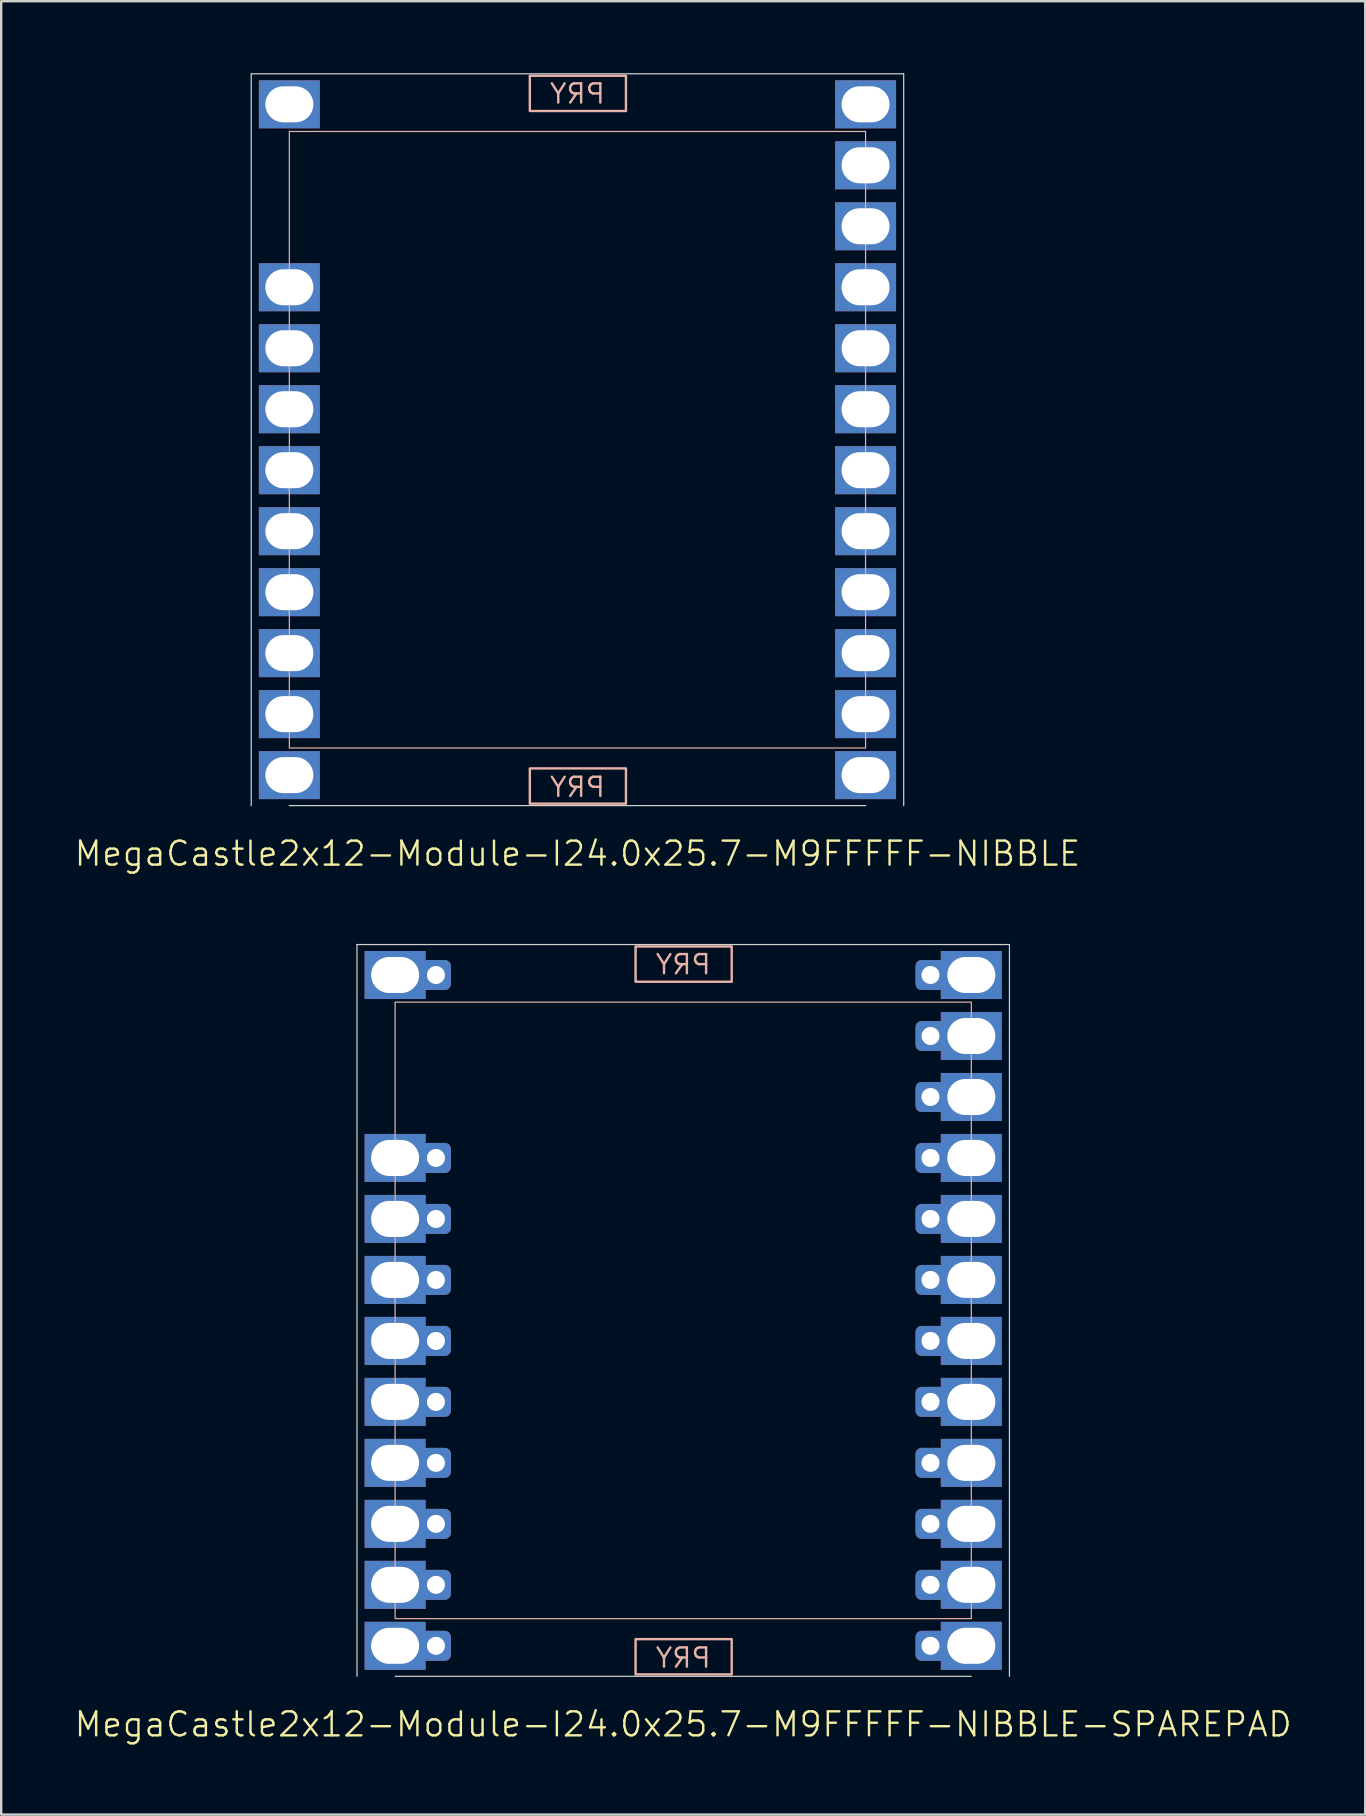
<source format=kicad_pcb>
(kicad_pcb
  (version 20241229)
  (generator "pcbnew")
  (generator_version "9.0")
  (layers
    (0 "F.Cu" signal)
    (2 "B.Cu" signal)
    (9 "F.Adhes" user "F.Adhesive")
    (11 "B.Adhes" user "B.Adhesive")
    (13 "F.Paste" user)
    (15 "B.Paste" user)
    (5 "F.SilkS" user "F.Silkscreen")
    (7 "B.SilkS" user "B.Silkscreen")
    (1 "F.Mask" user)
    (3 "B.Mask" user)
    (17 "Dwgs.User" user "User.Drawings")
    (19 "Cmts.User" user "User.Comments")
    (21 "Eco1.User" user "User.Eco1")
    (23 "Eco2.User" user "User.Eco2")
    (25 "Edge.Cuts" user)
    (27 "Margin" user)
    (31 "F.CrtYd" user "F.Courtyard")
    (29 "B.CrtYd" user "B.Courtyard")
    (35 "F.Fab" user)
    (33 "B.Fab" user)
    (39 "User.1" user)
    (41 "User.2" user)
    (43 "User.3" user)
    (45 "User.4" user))
  (footprint "MegaCastle2x12-Module-I24.0x25.7-M9FFFFF-NIBBLE-SPAREPAD"
    (layer "F.Cu")
    (at 25.407 51.531)
    (property "Reference" "MegaCastle2x12-Module-I24.0x25.7-M9FFFFF-NIBBLE-SPAREPAD" (at 0 17.24 0) (unlocked yes) (layer "F.SilkS") (effects (font (size 1 1) (thickness 0.1))))
    (attr smd)
    (fp_rect (start -12 12.84) (end 12 -12.84) (stroke (width 0.05) (type default)) (fill no) (layer "B.SilkS"))
    (fp_rect (start -1.984 -13.691) (end 2.02 -15.16) (stroke (width 0.1) (type default)) (fill no) (layer "B.SilkS"))
    (fp_rect (start -1.984 13.691) (end 2.02 15.16) (stroke (width 0.1) (type default)) (fill no) (layer "B.SilkS"))
    (fp_line (start -13.588 -15.24) (end -13.588 15.24) (stroke (width 0.05) (type default)) (layer "Edge.Cuts"))
    (fp_line (start -13.588 -15.24) (end 13.588 -15.24) (stroke (width 0.05) (type default)) (layer "Edge.Cuts"))
    (fp_line (start -12 15.24) (end 12 15.24) (stroke (width 0.05) (type default)) (layer "Edge.Cuts"))
    (fp_line (start 13.588 -15.24) (end 13.588 15.24) (stroke (width 0.05) (type default)) (layer "Edge.Cuts"))
    (fp_text user "PRY" (at 0 -13.94 0) (unlocked yes) (layer "B.SilkS") (effects (font (size 0.8 0.8) (thickness 0.1)) (justify bottom mirror)))
    (fp_text user "PRY" (at 0 14.94 0) (unlocked yes) (layer "B.SilkS") (effects (font (size 0.8 0.8) (thickness 0.1)) (justify bottom mirror)))
    (pad "1" thru_hole rect (at -12 -13.97) (size 2.54 2) (drill oval 2 1.5) (property pad_prop_castellated) (layers "*.Cu" "*.Mask"))
    (pad "1" thru_hole roundrect (at -10.3 -13.97 180) (size 1.25 1.25) (drill 0.75) (layers "*.Cu" "*.Mask") (roundrect_rratio 0.2))
    (pad "4" thru_hole rect (at -12 -6.35) (size 2.54 2) (drill oval 2 1.5) (property pad_prop_castellated) (layers "*.Cu" "*.Mask"))
    (pad "4" thru_hole roundrect (at -10.3 -6.35 180) (size 1.25 1.25) (drill 0.75) (layers "*.Cu" "*.Mask") (roundrect_rratio 0.2))
    (pad "5" thru_hole rect (at -12 -3.81) (size 2.54 2) (drill oval 2 1.5) (property pad_prop_castellated) (layers "*.Cu" "*.Mask"))
    (pad "5" thru_hole roundrect (at -10.3 -3.81 180) (size 1.25 1.25) (drill 0.75) (layers "*.Cu" "*.Mask") (roundrect_rratio 0.2))
    (pad "6" thru_hole rect (at -12 -1.27) (size 2.54 2) (drill oval 2 1.5) (property pad_prop_castellated) (layers "*.Cu" "*.Mask"))
    (pad "6" thru_hole roundrect (at -10.3 -1.27 180) (size 1.25 1.25) (drill 0.75) (layers "*.Cu" "*.Mask") (roundrect_rratio 0.2))
    (pad "7" thru_hole rect (at -12 1.27) (size 2.54 2) (drill oval 2 1.5) (property pad_prop_castellated) (layers "*.Cu" "*.Mask"))
    (pad "7" thru_hole roundrect (at -10.3 1.27 180) (size 1.25 1.25) (drill 0.75) (layers "*.Cu" "*.Mask") (roundrect_rratio 0.2))
    (pad "8" thru_hole rect (at -12 3.81) (size 2.54 2) (drill oval 2 1.5) (property pad_prop_castellated) (layers "*.Cu" "*.Mask"))
    (pad "8" thru_hole roundrect (at -10.3 3.81 180) (size 1.25 1.25) (drill 0.75) (layers "*.Cu" "*.Mask") (roundrect_rratio 0.2))
    (pad "9" thru_hole rect (at -12 6.35) (size 2.54 2) (drill oval 2 1.5) (property pad_prop_castellated) (layers "*.Cu" "*.Mask"))
    (pad "9" thru_hole roundrect (at -10.3 6.35 180) (size 1.25 1.25) (drill 0.75) (layers "*.Cu" "*.Mask") (roundrect_rratio 0.2))
    (pad "10" thru_hole rect (at -12 8.89) (size 2.54 2) (drill oval 2 1.5) (property pad_prop_castellated) (layers "*.Cu" "*.Mask"))
    (pad "10" thru_hole roundrect (at -10.3 8.89 180) (size 1.25 1.25) (drill 0.75) (layers "*.Cu" "*.Mask") (roundrect_rratio 0.2))
    (pad "11" thru_hole rect (at -12 11.43) (size 2.54 2) (drill oval 2 1.5) (property pad_prop_castellated) (layers "*.Cu" "*.Mask"))
    (pad "11" thru_hole roundrect (at -10.3 11.43 180) (size 1.25 1.25) (drill 0.75) (layers "*.Cu" "*.Mask") (roundrect_rratio 0.2))
    (pad "12" thru_hole rect (at -12 13.97) (size 2.54 2) (drill oval 2 1.5) (property pad_prop_castellated) (layers "*.Cu" "*.Mask"))
    (pad "12" thru_hole roundrect (at -10.3 13.97 180) (size 1.25 1.25) (drill 0.75) (layers "*.Cu" "*.Mask") (roundrect_rratio 0.2))
    (pad "13" thru_hole roundrect (at 10.3 -13.97 180) (size 1.25 1.25) (drill 0.75) (layers "*.Cu" "*.Mask") (roundrect_rratio 0.2))
    (pad "13" thru_hole rect (at 12 -13.97) (size 2.54 2) (drill oval 2 1.5) (property pad_prop_castellated) (layers "*.Cu" "*.Mask"))
    (pad "14" thru_hole roundrect (at 10.3 -11.43 180) (size 1.25 1.25) (drill 0.75) (layers "*.Cu" "*.Mask") (roundrect_rratio 0.2))
    (pad "14" thru_hole rect (at 12 -11.43) (size 2.54 2) (drill oval 2 1.5) (property pad_prop_castellated) (layers "*.Cu" "*.Mask"))
    (pad "15" thru_hole roundrect (at 10.3 -8.89 180) (size 1.25 1.25) (drill 0.75) (layers "*.Cu" "*.Mask") (roundrect_rratio 0.2))
    (pad "15" thru_hole rect (at 12 -8.89) (size 2.54 2) (drill oval 2 1.5) (property pad_prop_castellated) (layers "*.Cu" "*.Mask"))
    (pad "16" thru_hole roundrect (at 10.3 -6.35 180) (size 1.25 1.25) (drill 0.75) (layers "*.Cu" "*.Mask") (roundrect_rratio 0.2))
    (pad "16" thru_hole rect (at 12 -6.35) (size 2.54 2) (drill oval 2 1.5) (property pad_prop_castellated) (layers "*.Cu" "*.Mask"))
    (pad "17" thru_hole roundrect (at 10.3 -3.81 180) (size 1.25 1.25) (drill 0.75) (layers "*.Cu" "*.Mask") (roundrect_rratio 0.2))
    (pad "17" thru_hole rect (at 12 -3.81) (size 2.54 2) (drill oval 2 1.5) (property pad_prop_castellated) (layers "*.Cu" "*.Mask"))
    (pad "18" thru_hole roundrect (at 10.3 -1.27 180) (size 1.25 1.25) (drill 0.75) (layers "*.Cu" "*.Mask") (roundrect_rratio 0.2))
    (pad "18" thru_hole rect (at 12 -1.27) (size 2.54 2) (drill oval 2 1.5) (property pad_prop_castellated) (layers "*.Cu" "*.Mask"))
    (pad "19" thru_hole roundrect (at 10.3 1.27 180) (size 1.25 1.25) (drill 0.75) (layers "*.Cu" "*.Mask") (roundrect_rratio 0.2))
    (pad "19" thru_hole rect (at 12 1.27) (size 2.54 2) (drill oval 2 1.5) (property pad_prop_castellated) (layers "*.Cu" "*.Mask"))
    (pad "20" thru_hole roundrect (at 10.3 3.81 180) (size 1.25 1.25) (drill 0.75) (layers "*.Cu" "*.Mask") (roundrect_rratio 0.2))
    (pad "20" thru_hole rect (at 12 3.81) (size 2.54 2) (drill oval 2 1.5) (property pad_prop_castellated) (layers "*.Cu" "*.Mask"))
    (pad "21" thru_hole roundrect (at 10.3 6.35 180) (size 1.25 1.25) (drill 0.75) (layers "*.Cu" "*.Mask") (roundrect_rratio 0.2))
    (pad "21" thru_hole rect (at 12 6.35) (size 2.54 2) (drill oval 2 1.5) (property pad_prop_castellated) (layers "*.Cu" "*.Mask"))
    (pad "22" thru_hole roundrect (at 10.3 8.89 180) (size 1.25 1.25) (drill 0.75) (layers "*.Cu" "*.Mask") (roundrect_rratio 0.2))
    (pad "22" thru_hole rect (at 12 8.89) (size 2.54 2) (drill oval 2 1.5) (property pad_prop_castellated) (layers "*.Cu" "*.Mask"))
    (pad "23" thru_hole roundrect (at 10.3 11.43 180) (size 1.25 1.25) (drill 0.75) (layers "*.Cu" "*.Mask") (roundrect_rratio 0.2))
    (pad "23" thru_hole rect (at 12 11.43) (size 2.54 2) (drill oval 2 1.5) (property pad_prop_castellated) (layers "*.Cu" "*.Mask"))
    (pad "24" thru_hole roundrect (at 10.3 13.97 180) (size 1.25 1.25) (drill 0.75) (layers "*.Cu" "*.Mask") (roundrect_rratio 0.2))
    (pad "24" thru_hole rect (at 12 13.97) (size 2.54 2) (drill oval 2 1.5) (property pad_prop_castellated) (layers "*.Cu" "*.Mask"))
    (zone (net_name "") (layer "B.Cu") (hatch edge 0.5) (connect_pads) (min_thickness 0.25) (filled_areas_thickness no) (keepout (tracks allowed) (vias allowed) (pads allowed) (copperpour allowed) (footprints not_allowed)) (placement (enabled no)) (fill) (polygon (pts (xy 13.407 66.77) (xy 13.407 36.291))))
    (zone (net_name "") (layer "B.Cu") (hatch edge 0.5) (connect_pads) (min_thickness 0.25) (filled_areas_thickness no) (keepout (tracks allowed) (vias allowed) (pads allowed) (copperpour allowed) (footprints not_allowed)) (placement (enabled no)) (fill) (polygon (pts (xy 37.407 66.77) (xy 37.407 36.291))))
    (zone (net_name "") (layer "B.Cu") (hatch edge 0.5) (connect_pads) (min_thickness 0.25) (filled_areas_thickness no) (keepout (tracks allowed) (vias allowed) (pads allowed) (copperpour allowed) (footprints not_allowed)) (placement (enabled no)) (fill) (polygon (pts (xy 13.407 36.291) (xy 13.407 38.691) (xy 37.407 38.691) (xy 37.407 36.291))))
    (zone (net_name "") (layer "B.Cu") (hatch edge 0.5) (connect_pads) (min_thickness 0.25) (filled_areas_thickness no) (keepout (tracks allowed) (vias allowed) (pads allowed) (copperpour allowed) (footprints not_allowed)) (placement (enabled no)) (fill) (polygon (pts (xy 13.407 66.77) (xy 13.407 64.371) (xy 37.407 64.371) (xy 37.407 66.77))))
    (zone (net_name "") (layer "B.Cu") (name "Upper Pry Zone") (hatch edge 0.5) (connect_pads) (min_thickness 0.25) (filled_areas_thickness no) (keepout (tracks not_allowed) (vias not_allowed) (pads not_allowed) (copperpour allowed) (footprints not_allowed)) (placement (enabled no)) (fill) (polygon (pts (xy 23.423 37.839) (xy 23.423 36.37) (xy 27.427 36.37) (xy 27.427 37.839))))
    (zone (net_name "") (layer "B.Cu") (name "Upper Pry Zone") (hatch edge 0.5) (connect_pads) (min_thickness 0.25) (filled_areas_thickness no) (keepout (tracks not_allowed) (vias not_allowed) (pads not_allowed) (copperpour allowed) (footprints not_allowed)) (placement (enabled no)) (fill) (polygon (pts (xy 23.423 65.222) (xy 23.423 66.691) (xy 27.427 66.691) (xy 27.427 65.222)))))
  (footprint "MegaCastle2x12-Module-I24.0x25.7-M9FFFFF-NIBBLE"
    (layer "F.Cu")
    (at 21.002 15.265)
    (property "Reference" "MegaCastle2x12-Module-I24.0x25.7-M9FFFFF-NIBBLE" (at 0 17.24 0) (unlocked yes) (layer "F.SilkS") (effects (font (size 1 1) (thickness 0.1))))
    (attr smd)
    (fp_rect (start -12 12.84) (end 12 -12.84) (stroke (width 0.05) (type default)) (fill no) (layer "B.SilkS"))
    (fp_rect (start -1.984 -13.691) (end 2.02 -15.16) (stroke (width 0.1) (type default)) (fill no) (layer "B.SilkS"))
    (fp_rect (start -1.984 13.691) (end 2.02 15.16) (stroke (width 0.1) (type default)) (fill no) (layer "B.SilkS"))
    (fp_line (start -13.588 -15.24) (end -13.588 15.24) (stroke (width 0.05) (type default)) (layer "Edge.Cuts"))
    (fp_line (start -13.588 -15.24) (end 13.588 -15.24) (stroke (width 0.05) (type default)) (layer "Edge.Cuts"))
    (fp_line (start -12 15.24) (end 12 15.24) (stroke (width 0.05) (type default)) (layer "Edge.Cuts"))
    (fp_line (start 13.588 -15.24) (end 13.588 15.24) (stroke (width 0.05) (type default)) (layer "Edge.Cuts"))
    (fp_text user "PRY" (at 0 -13.94 0) (unlocked yes) (layer "B.SilkS") (effects (font (size 0.8 0.8) (thickness 0.1)) (justify bottom mirror)))
    (fp_text user "PRY" (at 0 14.94 0) (unlocked yes) (layer "B.SilkS") (effects (font (size 0.8 0.8) (thickness 0.1)) (justify bottom mirror)))
    (pad "1" thru_hole rect (at -12 -13.97) (size 2.54 2) (drill oval 2 1.5) (property pad_prop_castellated) (layers "*.Cu" "*.Mask"))
    (pad "4" thru_hole rect (at -12 -6.35) (size 2.54 2) (drill oval 2 1.5) (property pad_prop_castellated) (layers "*.Cu" "*.Mask"))
    (pad "5" thru_hole rect (at -12 -3.81) (size 2.54 2) (drill oval 2 1.5) (property pad_prop_castellated) (layers "*.Cu" "*.Mask"))
    (pad "6" thru_hole rect (at -12 -1.27) (size 2.54 2) (drill oval 2 1.5) (property pad_prop_castellated) (layers "*.Cu" "*.Mask"))
    (pad "7" thru_hole rect (at -12 1.27) (size 2.54 2) (drill oval 2 1.5) (property pad_prop_castellated) (layers "*.Cu" "*.Mask"))
    (pad "8" thru_hole rect (at -12 3.81) (size 2.54 2) (drill oval 2 1.5) (property pad_prop_castellated) (layers "*.Cu" "*.Mask"))
    (pad "9" thru_hole rect (at -12 6.35) (size 2.54 2) (drill oval 2 1.5) (property pad_prop_castellated) (layers "*.Cu" "*.Mask"))
    (pad "10" thru_hole rect (at -12 8.89) (size 2.54 2) (drill oval 2 1.5) (property pad_prop_castellated) (layers "*.Cu" "*.Mask"))
    (pad "11" thru_hole rect (at -12 11.43) (size 2.54 2) (drill oval 2 1.5) (property pad_prop_castellated) (layers "*.Cu" "*.Mask"))
    (pad "12" thru_hole rect (at -12 13.97) (size 2.54 2) (drill oval 2 1.5) (property pad_prop_castellated) (layers "*.Cu" "*.Mask"))
    (pad "13" thru_hole rect (at 12 -13.97) (size 2.54 2) (drill oval 2 1.5) (property pad_prop_castellated) (layers "*.Cu" "*.Mask"))
    (pad "14" thru_hole rect (at 12 -11.43) (size 2.54 2) (drill oval 2 1.5) (property pad_prop_castellated) (layers "*.Cu" "*.Mask"))
    (pad "15" thru_hole rect (at 12 -8.89) (size 2.54 2) (drill oval 2 1.5) (property pad_prop_castellated) (layers "*.Cu" "*.Mask"))
    (pad "16" thru_hole rect (at 12 -6.35) (size 2.54 2) (drill oval 2 1.5) (property pad_prop_castellated) (layers "*.Cu" "*.Mask"))
    (pad "17" thru_hole rect (at 12 -3.81) (size 2.54 2) (drill oval 2 1.5) (property pad_prop_castellated) (layers "*.Cu" "*.Mask"))
    (pad "18" thru_hole rect (at 12 -1.27) (size 2.54 2) (drill oval 2 1.5) (property pad_prop_castellated) (layers "*.Cu" "*.Mask"))
    (pad "19" thru_hole rect (at 12 1.27) (size 2.54 2) (drill oval 2 1.5) (property pad_prop_castellated) (layers "*.Cu" "*.Mask"))
    (pad "20" thru_hole rect (at 12 3.81) (size 2.54 2) (drill oval 2 1.5) (property pad_prop_castellated) (layers "*.Cu" "*.Mask"))
    (pad "21" thru_hole rect (at 12 6.35) (size 2.54 2) (drill oval 2 1.5) (property pad_prop_castellated) (layers "*.Cu" "*.Mask"))
    (pad "22" thru_hole rect (at 12 8.89) (size 2.54 2) (drill oval 2 1.5) (property pad_prop_castellated) (layers "*.Cu" "*.Mask"))
    (pad "23" thru_hole rect (at 12 11.43) (size 2.54 2) (drill oval 2 1.5) (property pad_prop_castellated) (layers "*.Cu" "*.Mask"))
    (pad "24" thru_hole rect (at 12 13.97) (size 2.54 2) (drill oval 2 1.5) (property pad_prop_castellated) (layers "*.Cu" "*.Mask"))
    (zone (net_name "") (layer "B.Cu") (hatch edge 0.5) (connect_pads) (min_thickness 0.25) (filled_areas_thickness no) (keepout (tracks allowed) (vias allowed) (pads allowed) (copperpour allowed) (footprints not_allowed)) (placement (enabled no)) (fill) (polygon (pts (xy 9.002 30.505) (xy 9.002 0.025))))
    (zone (net_name "") (layer "B.Cu") (hatch edge 0.5) (connect_pads) (min_thickness 0.25) (filled_areas_thickness no) (keepout (tracks allowed) (vias allowed) (pads allowed) (copperpour allowed) (footprints not_allowed)) (placement (enabled no)) (fill) (polygon (pts (xy 33.002 30.505) (xy 33.002 0.025))))
    (zone (net_name "") (layer "B.Cu") (hatch edge 0.5) (connect_pads) (min_thickness 0.25) (filled_areas_thickness no) (keepout (tracks allowed) (vias allowed) (pads allowed) (copperpour allowed) (footprints not_allowed)) (placement (enabled no)) (fill) (polygon (pts (xy 9.002 0.025) (xy 9.002 2.425) (xy 33.002 2.425) (xy 33.002 0.025))))
    (zone (net_name "") (layer "B.Cu") (hatch edge 0.5) (connect_pads) (min_thickness 0.25) (filled_areas_thickness no) (keepout (tracks allowed) (vias allowed) (pads allowed) (copperpour allowed) (footprints not_allowed)) (placement (enabled no)) (fill) (polygon (pts (xy 9.002 30.505) (xy 9.002 28.105) (xy 33.002 28.105) (xy 33.002 30.505))))
    (zone (net_name "") (layer "B.Cu") (name "Upper Pry Zone") (hatch edge 0.5) (connect_pads) (min_thickness 0.25) (filled_areas_thickness no) (keepout (tracks not_allowed) (vias not_allowed) (pads not_allowed) (copperpour allowed) (footprints not_allowed)) (placement (enabled no)) (fill) (polygon (pts (xy 19.018 1.574) (xy 19.018 0.105) (xy 23.022 0.105) (xy 23.022 1.574))))
    (zone (net_name "") (layer "B.Cu") (name "Upper Pry Zone") (hatch edge 0.5) (connect_pads) (min_thickness 0.25) (filled_areas_thickness no) (keepout (tracks not_allowed) (vias not_allowed) (pads not_allowed) (copperpour allowed) (footprints not_allowed)) (placement (enabled no)) (fill) (polygon (pts (xy 19.018 28.956) (xy 19.018 30.425) (xy 23.022 30.425) (xy 23.022 28.956)))))
  (gr_rect
    (start -3 -3)
    (end 53.814 72.531)
    (stroke (width 0.1) (type default))
    (fill no)
    (layer "Edge.Cuts")))
</source>
